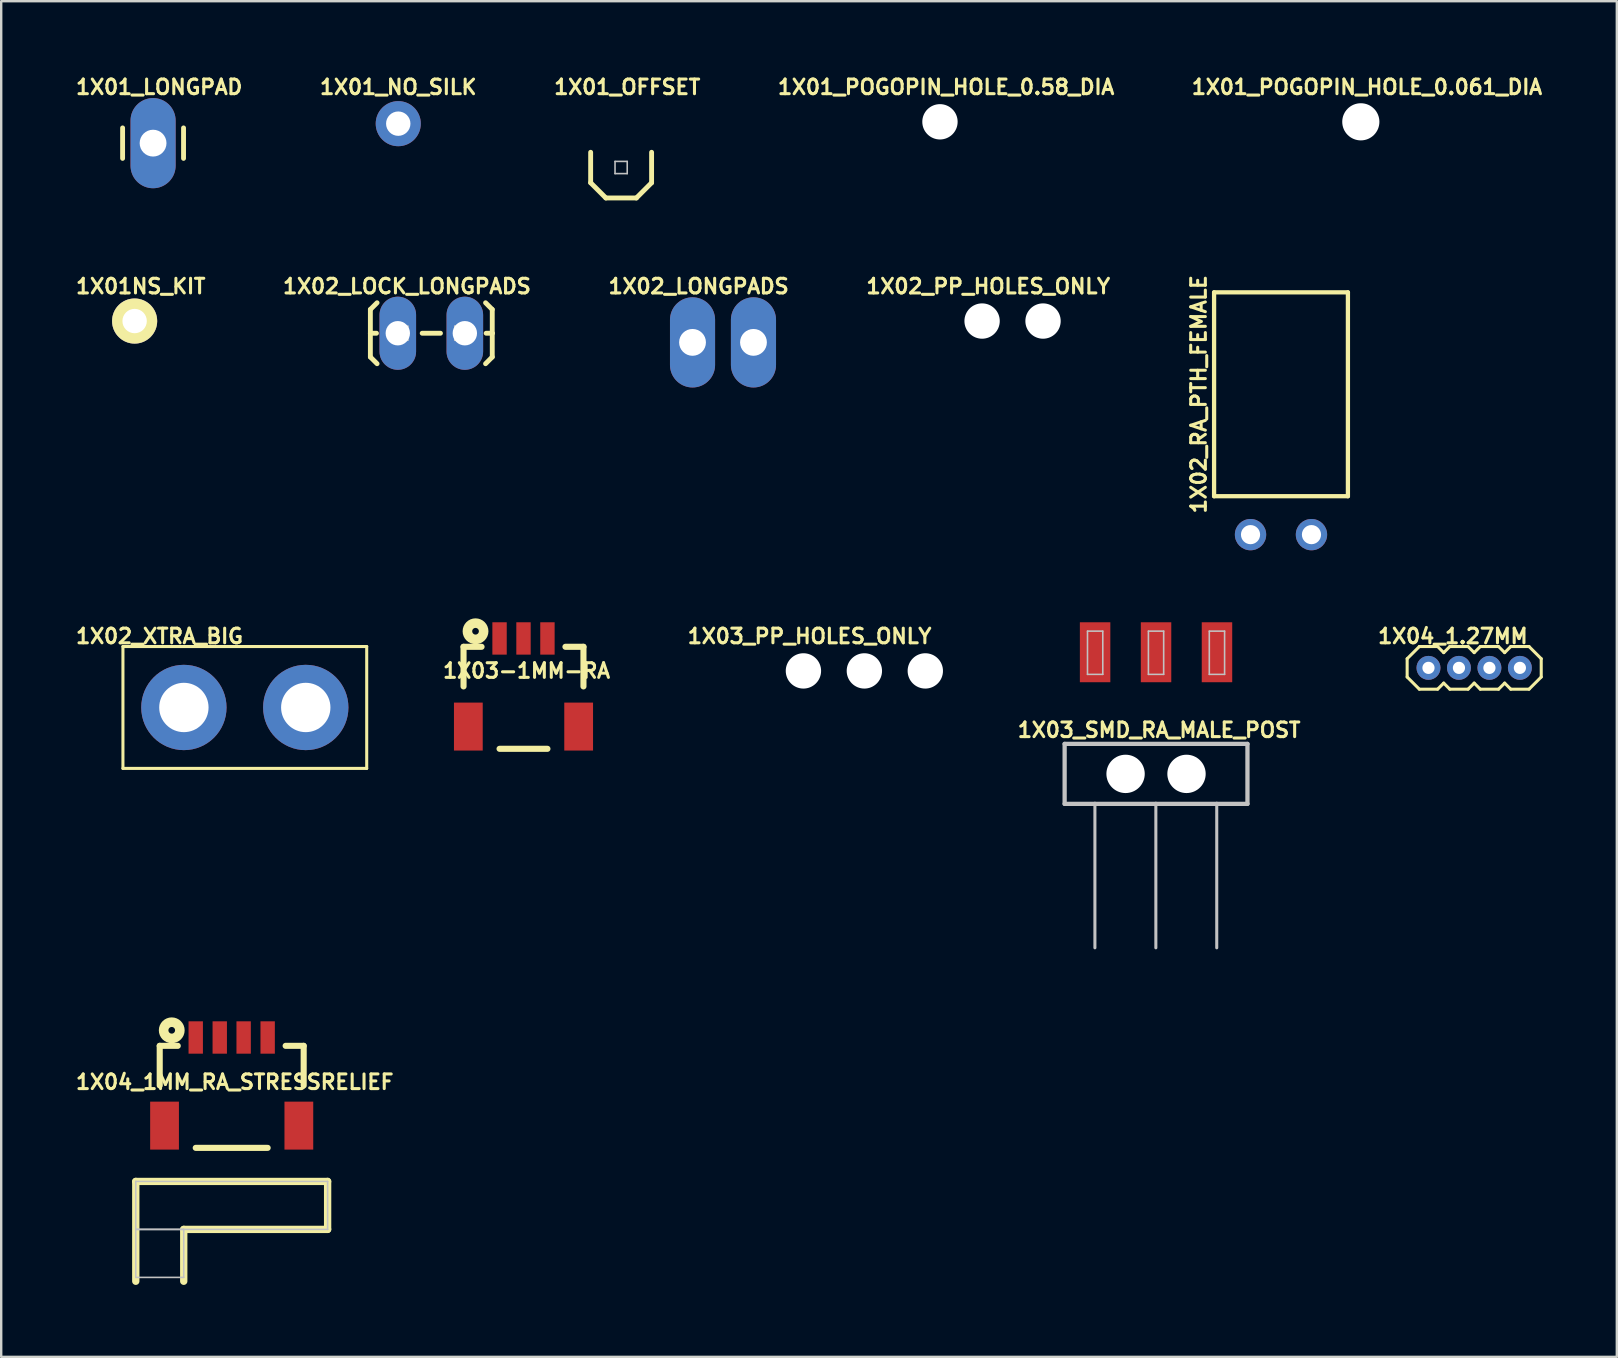
<source format=kicad_pcb>
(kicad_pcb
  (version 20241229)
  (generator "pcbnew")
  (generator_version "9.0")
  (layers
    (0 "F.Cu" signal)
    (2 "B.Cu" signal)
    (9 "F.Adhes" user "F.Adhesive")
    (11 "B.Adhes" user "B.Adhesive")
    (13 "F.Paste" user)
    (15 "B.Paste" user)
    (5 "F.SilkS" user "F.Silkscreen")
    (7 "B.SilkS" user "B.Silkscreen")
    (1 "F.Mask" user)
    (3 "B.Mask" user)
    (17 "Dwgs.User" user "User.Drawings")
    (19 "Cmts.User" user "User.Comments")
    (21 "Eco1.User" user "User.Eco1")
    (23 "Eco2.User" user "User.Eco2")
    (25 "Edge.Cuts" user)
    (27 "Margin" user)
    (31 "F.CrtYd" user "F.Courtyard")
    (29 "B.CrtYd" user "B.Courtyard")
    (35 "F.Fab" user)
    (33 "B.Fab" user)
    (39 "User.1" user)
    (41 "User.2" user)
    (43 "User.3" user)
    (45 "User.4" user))
  (footprint "1X01_LONGPAD"
    (layer "F.Cu")
    (at 3.33 2.916)
    (property "Reference" "1X01_LONGPAD" (at 0.254 -2.337 0) (layer "F.SilkS") (effects (font (size 0.61 0.61) (thickness 0.127))))
    (attr exclude_from_pos_files exclude_from_bom)
    (fp_line (start -1.27 -0.635) (end -1.27 0.635) (stroke (width 0.203) (type solid)) (layer "F.SilkS"))
    (fp_line (start 1.27 -0.635) (end 1.27 0.635) (stroke (width 0.203) (type solid)) (layer "F.SilkS"))
    (fp_line (start -0.254 -0.254) (end 0.254 -0.254) (stroke (width 0.066) (type solid)) (layer "Dwgs.User"))
    (fp_line (start -0.254 0.254) (end -0.254 -0.254) (stroke (width 0.066) (type solid)) (layer "Dwgs.User"))
    (fp_line (start -0.254 0.254) (end 0.254 0.254) (stroke (width 0.066) (type solid)) (layer "Dwgs.User"))
    (fp_line (start 0.254 0.254) (end 0.254 -0.254) (stroke (width 0.066) (type solid)) (layer "Dwgs.User"))
    (pad "1" thru_hole oval (at 0 0 180) (size 1.88 3.759) (drill 1.118) (layers "*.Cu" "*.Paste" "*.Mask")))
  (footprint "1X02_XTRA_BIG"
    (layer "F.Cu")
    (at 7.154 26.437)
    (property "Reference" "1X02_XTRA_BIG" (at -3.556 -2.972 0) (layer "F.SilkS") (effects (font (size 0.61 0.61) (thickness 0.127))))
    (attr exclude_from_pos_files exclude_from_bom)
    (fp_line (start -5.08 -2.54) (end -5.08 2.54) (stroke (width 0.127) (type solid)) (layer "F.SilkS"))
    (fp_line (start -5.08 2.54) (end 5.08 2.54) (stroke (width 0.127) (type solid)) (layer "F.SilkS"))
    (fp_line (start 5.08 -2.54) (end -5.08 -2.54) (stroke (width 0.127) (type solid)) (layer "F.SilkS"))
    (fp_line (start 5.08 2.54) (end 5.08 -2.54) (stroke (width 0.127) (type solid)) (layer "F.SilkS"))
    (pad "1" thru_hole circle (at -2.54 0) (size 3.556 3.556) (drill 2.057) (layers "*.Cu" "*.Paste" "*.Mask"))
    (pad "2" thru_hole circle (at 2.54 0) (size 3.556 3.556) (drill 2.057) (layers "*.Cu" "*.Paste" "*.Mask")))
  (footprint "1X02_LOCK_LONGPADS"
    (layer "F.Cu")
    (at 13.657 10.839)
    (property "Reference" "1X02_LOCK_LONGPADS" (at 0.254 -1.956 0) (layer "F.SilkS") (effects (font (size 0.61 0.61) (thickness 0.127))))
    (attr exclude_from_pos_files exclude_from_bom)
    (fp_line (start -1.27 -0.991) (end -0.991 -1.27) (stroke (width 0.203) (type solid)) (layer "F.SilkS"))
    (fp_line (start -1.27 0) (end -1.27 -0.991) (stroke (width 0.203) (type solid)) (layer "F.SilkS"))
    (fp_line (start -1.27 0) (end -1.27 0.991) (stroke (width 0.203) (type solid)) (layer "F.SilkS"))
    (fp_line (start -1.27 0) (end -1.016 0) (stroke (width 0.203) (type solid)) (layer "F.SilkS"))
    (fp_line (start -1.27 0.991) (end -0.991 1.27) (stroke (width 0.203) (type solid)) (layer "F.SilkS"))
    (fp_line (start 1.651 0) (end 0.889 0) (stroke (width 0.203) (type solid)) (layer "F.SilkS"))
    (fp_line (start 3.81 -0.991) (end 3.531 -1.27) (stroke (width 0.203) (type solid)) (layer "F.SilkS"))
    (fp_line (start 3.81 0) (end 3.556 0) (stroke (width 0.203) (type solid)) (layer "F.SilkS"))
    (fp_line (start 3.81 0) (end 3.81 -0.991) (stroke (width 0.203) (type solid)) (layer "F.SilkS"))
    (fp_line (start 3.81 0) (end 3.81 0.991) (stroke (width 0.203) (type solid)) (layer "F.SilkS"))
    (fp_line (start 3.81 0.991) (end 3.531 1.27) (stroke (width 0.203) (type solid)) (layer "F.SilkS"))
    (fp_line (start -0.292 -0.292) (end 0.292 -0.292) (stroke (width 0.066) (type solid)) (layer "Dwgs.User"))
    (fp_line (start -0.292 0.292) (end -0.292 -0.292) (stroke (width 0.066) (type solid)) (layer "Dwgs.User"))
    (fp_line (start -0.292 0.292) (end 0.292 0.292) (stroke (width 0.066) (type solid)) (layer "Dwgs.User"))
    (fp_line (start 0.292 0.292) (end 0.292 -0.292) (stroke (width 0.066) (type solid)) (layer "Dwgs.User"))
    (fp_line (start 2.248 -0.292) (end 2.832 -0.292) (stroke (width 0.066) (type solid)) (layer "Dwgs.User"))
    (fp_line (start 2.248 0.292) (end 2.248 -0.292) (stroke (width 0.066) (type solid)) (layer "Dwgs.User"))
    (fp_line (start 2.248 0.292) (end 2.832 0.292) (stroke (width 0.066) (type solid)) (layer "Dwgs.User"))
    (fp_line (start 2.832 0.292) (end 2.832 -0.292) (stroke (width 0.066) (type solid)) (layer "Dwgs.User"))
    (pad "1" thru_hole oval (at -0.127 0 180) (size 1.524 3.048) (drill 1.016) (layers "*.Cu" "*.Paste" "*.Mask"))
    (pad "2" thru_hole oval (at 2.667 0 180) (size 1.524 3.048) (drill 1.016) (layers "*.Cu" "*.Paste" "*.Mask")))
  (footprint "1X03-1MM-RA"
    (layer "F.Cu")
    (at 18.769 23.56)
    (property "Reference" "1X03-1MM-RA" (at 0.127 1.346 0) (layer "F.SilkS") (effects (font (size 0.61 0.61) (thickness 0.127))))
    (attr smd)
    (fp_line (start -2.499 0.348) (end -1.748 0.348) (stroke (width 0.254) (type solid)) (layer "F.SilkS"))
    (fp_line (start -2.499 1.999) (end -2.499 0.348) (stroke (width 0.254) (type solid)) (layer "F.SilkS"))
    (fp_line (start -0.998 4.6) (end 0.998 4.6) (stroke (width 0.254) (type solid)) (layer "F.SilkS"))
    (fp_line (start 1.748 0.348) (end 2.499 0.348) (stroke (width 0.254) (type solid)) (layer "F.SilkS"))
    (fp_line (start 2.499 0.348) (end 2.499 1.999) (stroke (width 0.254) (type solid)) (layer "F.SilkS"))
    (fp_circle (center -1.999 -0.3) (end -1.999 -0.439) (stroke (width 0.399) (type solid)) (fill no) (layer "F.SilkS"))
    (pad "1" smd rect (at -0.998 0) (size 0.599 1.349) (layers "F.Cu" "F.Mask" "F.Paste"))
    (pad "2" smd rect (at 0 0) (size 0.599 1.349) (layers "F.Cu" "F.Mask" "F.Paste"))
    (pad "3" smd rect (at 0.998 0) (size 0.599 1.349) (layers "F.Cu" "F.Mask" "F.Paste"))
    (pad "NC1" smd rect (at 2.299 3.673) (size 1.199 1.999) (layers "F.Cu" "F.Mask" "F.Paste"))
    (pad "NC2" smd rect (at -2.299 3.673) (size 1.199 1.999) (layers "F.Cu" "F.Mask" "F.Paste")))
  (footprint "1X03_SMD_RA_MALE_POST"
    (layer "F.Cu")
    (at 45.133 29.205)
    (property "Reference" "1X03_SMD_RA_MALE_POST" (at 0.127 -1.829 0) (layer "F.SilkS") (effects (font (size 0.61 0.61) (thickness 0.127))))
    (attr smd)
    (fp_line (start -3.81 -1.25) (end -3.81 1.25) (stroke (width 0.178) (type solid)) (layer "Dwgs.User"))
    (fp_line (start -2.857 -5.949) (end -2.22 -5.949) (stroke (width 0.066) (type solid)) (layer "Dwgs.User"))
    (fp_line (start -2.857 -4.148) (end -2.857 -5.949) (stroke (width 0.066) (type solid)) (layer "Dwgs.User"))
    (fp_line (start -2.857 -4.148) (end -2.22 -4.148) (stroke (width 0.066) (type solid)) (layer "Dwgs.User"))
    (fp_line (start -2.548 1.25) (end -3.81 1.25) (stroke (width 0.178) (type solid)) (layer "Dwgs.User"))
    (fp_line (start -2.548 1.25) (end -2.548 7.249) (stroke (width 0.127) (type solid)) (layer "Dwgs.User"))
    (fp_line (start -2.22 -4.148) (end -2.22 -5.949) (stroke (width 0.066) (type solid)) (layer "Dwgs.User"))
    (fp_line (start -0.318 -5.949) (end 0.318 -5.949) (stroke (width 0.066) (type solid)) (layer "Dwgs.User"))
    (fp_line (start -0.318 -4.148) (end -0.318 -5.949) (stroke (width 0.066) (type solid)) (layer "Dwgs.User"))
    (fp_line (start -0.318 -4.148) (end 0.318 -4.148) (stroke (width 0.066) (type solid)) (layer "Dwgs.User"))
    (fp_line (start -0.008 1.25) (end -2.548 1.25) (stroke (width 0.178) (type solid)) (layer "Dwgs.User"))
    (fp_line (start -0.008 1.25) (end -0.008 7.249) (stroke (width 0.127) (type solid)) (layer "Dwgs.User"))
    (fp_line (start 0.318 -4.148) (end 0.318 -5.949) (stroke (width 0.066) (type solid)) (layer "Dwgs.User"))
    (fp_line (start 2.22 -5.949) (end 2.857 -5.949) (stroke (width 0.066) (type solid)) (layer "Dwgs.User"))
    (fp_line (start 2.22 -4.148) (end 2.22 -5.949) (stroke (width 0.066) (type solid)) (layer "Dwgs.User"))
    (fp_line (start 2.22 -4.148) (end 2.857 -4.148) (stroke (width 0.066) (type solid)) (layer "Dwgs.User"))
    (fp_line (start 2.53 1.25) (end -0.008 1.25) (stroke (width 0.178) (type solid)) (layer "Dwgs.User"))
    (fp_line (start 2.53 1.25) (end 2.53 7.249) (stroke (width 0.127) (type solid)) (layer "Dwgs.User"))
    (fp_line (start 2.857 -4.148) (end 2.857 -5.949) (stroke (width 0.066) (type solid)) (layer "Dwgs.User"))
    (fp_line (start 3.81 -1.25) (end -3.81 -1.25) (stroke (width 0.178) (type solid)) (layer "Dwgs.User"))
    (fp_line (start 3.81 1.25) (end 2.53 1.25) (stroke (width 0.178) (type solid)) (layer "Dwgs.User"))
    (fp_line (start 3.81 1.25) (end 3.81 -1.25) (stroke (width 0.178) (type solid)) (layer "Dwgs.User"))
    (pad "" np_thru_hole circle (at -1.27 0) (size 1.598 1.598) (drill 1.598) (layers "*.Cu" "*.Mask"))
    (pad "" np_thru_hole circle (at 1.27 0) (size 1.598 1.598) (drill 1.598) (layers "*.Cu" "*.Mask"))
    (pad "1" smd rect (at -2.54 -5.07 90) (size 2.499 1.27) (layers "F.Cu" "F.Mask" "F.Paste"))
    (pad "2" smd rect (at 0 -5.07 90) (size 2.499 1.27) (layers "F.Cu" "F.Mask" "F.Paste"))
    (pad "3" smd rect (at 2.54 -5.07 90) (size 2.499 1.27) (layers "F.Cu" "F.Mask" "F.Paste")))
  (footprint "1X01_POGOPIN_HOLE_0.061_DIA"
    (layer "F.Cu")
    (at 53.668 2.027)
    (property "Reference" "1X01_POGOPIN_HOLE_0.061_DIA" (at 0.254 -1.448 0) (layer "F.SilkS") (effects (font (size 0.61 0.61) (thickness 0.127))))
    (attr exclude_from_pos_files exclude_from_bom)
    (fp_circle (center 0 0) (end 0 -0.635) (stroke (width 0.127) (type solid)) (fill no) (layer "Dwgs.User"))
    (pad "" np_thru_hole circle (at 0 0) (size 1.549 1.549) (drill 1.549) (layers "*.Cu" "*.Mask"))
    (pad "1" thru_hole circle (at 0 0) (size 0.813 0.813) (drill 0.899) (layers "*.Cu" "*.Paste" "*.Mask")))
  (footprint "1X01_POGOPIN_HOLE_0.58_DIA"
    (layer "F.Cu")
    (at 36.127 2.027)
    (property "Reference" "1X01_POGOPIN_HOLE_0.58_DIA" (at 0.254 -1.448 0) (layer "F.SilkS") (effects (font (size 0.61 0.61) (thickness 0.127))))
    (attr exclude_from_pos_files exclude_from_bom)
    (fp_circle (center 0 0) (end 0 -0.635) (stroke (width 0.127) (type solid)) (fill no) (layer "Dwgs.User"))
    (pad "" np_thru_hole circle (at 0 0) (size 1.473 1.473) (drill 1.473) (layers "*.Cu" "*.Mask"))
    (pad "1" thru_hole circle (at 0 0) (size 0.813 0.813) (drill 0.899) (layers "*.Cu" "*.Paste" "*.Mask")))
  (footprint "1X03_PP_HOLES_ONLY"
    (layer "F.Cu")
    (at 30.436 24.913)
    (property "Reference" "1X03_PP_HOLES_ONLY" (at 0.254 -1.448 0) (layer "F.SilkS") (effects (font (size 0.61 0.61) (thickness 0.127))))
    (attr exclude_from_pos_files exclude_from_bom)
    (fp_circle (center 0 0) (end 0 -0.635) (stroke (width 0.127) (type solid)) (fill no) (layer "Dwgs.User"))
    (fp_circle (center 2.54 0) (end 2.54 -0.635) (stroke (width 0.127) (type solid)) (fill no) (layer "Dwgs.User"))
    (fp_circle (center 5.08 0) (end 5.08 -0.635) (stroke (width 0.127) (type solid)) (fill no) (layer "Dwgs.User"))
    (pad "" np_thru_hole circle (at 0 0) (size 1.473 1.473) (drill 1.473) (layers "*.Cu" "*.Mask"))
    (pad "" np_thru_hole circle (at 2.54 0) (size 1.473 1.473) (drill 1.473) (layers "*.Cu" "*.Mask"))
    (pad "" np_thru_hole circle (at 5.08 0) (size 1.473 1.473) (drill 1.473) (layers "*.Cu" "*.Mask"))
    (pad "1" thru_hole circle (at 0 0) (size 0.813 0.813) (drill 0.899) (layers "*.Cu" "*.Paste" "*.Mask"))
    (pad "2" thru_hole circle (at 2.54 0) (size 0.813 0.813) (drill 0.899) (layers "*.Cu" "*.Paste" "*.Mask"))
    (pad "3" thru_hole circle (at 5.08 0) (size 0.813 0.813) (drill 0.899) (layers "*.Cu" "*.Paste" "*.Mask")))
  (footprint "1X01NS_KIT"
    (layer "F.Cu")
    (at 2.561 10.331)
    (property "Reference" "1X01NS_KIT" (at 0.254 -1.448 0) (layer "F.SilkS") (effects (font (size 0.61 0.61) (thickness 0.127))))
    (attr exclude_from_pos_files exclude_from_bom)
    (fp_circle (center 0 0) (end 0 -0.94) (stroke (width 0) (type solid)) (fill yes) (layer "F.SilkS"))
    (fp_circle (center 0 0) (end 0 -0.508) (stroke (width 0) (type solid)) (fill yes) (layer "F.SilkS"))
    (pad "1" thru_hole circle (at 0 0) (size 1.88 1.88) (drill 1.016) (layers "*.Cu" "*.Paste" "*.Mask")))
  (footprint "1X01_NO_SILK"
    (layer "F.Cu")
    (at 13.549 2.104)
    (property "Reference" "1X01_NO_SILK" (at 0 -1.524 0) (layer "F.SilkS") (effects (font (size 0.61 0.61) (thickness 0.127))))
    (attr exclude_from_pos_files exclude_from_bom)
    (pad "1" thru_hole circle (at 0 0) (size 1.88 1.88) (drill 1.016) (layers "*.Cu" "*.Paste" "*.Mask")))
  (footprint "1X04_1MM_RA_STRESSRELIEF"
    (layer "F.Cu")
    (at 6.607 40.192)
    (property "Reference" "1X04_1MM_RA_STRESSRELIEF" (at 0.127 1.854 0) (layer "F.SilkS") (effects (font (size 0.61 0.61) (thickness 0.127))))
    (attr smd)
    (fp_line (start -3.998 5.999) (end -3.998 10.16) (stroke (width 0.305) (type solid)) (layer "F.SilkS"))
    (fp_line (start -3 0.348) (end -2.248 0.348) (stroke (width 0.254) (type solid)) (layer "F.SilkS"))
    (fp_line (start -3 1.999) (end -3 0.348) (stroke (width 0.254) (type solid)) (layer "F.SilkS"))
    (fp_line (start -1.999 7.998) (end 3.998 7.998) (stroke (width 0.305) (type solid)) (layer "F.SilkS"))
    (fp_line (start -1.999 10.16) (end -1.999 7.998) (stroke (width 0.305) (type solid)) (layer "F.SilkS"))
    (fp_line (start -1.499 4.6) (end 1.499 4.6) (stroke (width 0.254) (type solid)) (layer "F.SilkS"))
    (fp_line (start 2.248 0.348) (end 3 0.348) (stroke (width 0.254) (type solid)) (layer "F.SilkS"))
    (fp_line (start 3 0.348) (end 3 1.999) (stroke (width 0.254) (type solid)) (layer "F.SilkS"))
    (fp_line (start 3.998 5.999) (end -3.998 5.999) (stroke (width 0.305) (type solid)) (layer "F.SilkS"))
    (fp_line (start 3.998 7.998) (end 3.998 5.999) (stroke (width 0.305) (type solid)) (layer "F.SilkS"))
    (fp_circle (center -2.499 -0.3) (end -2.499 -0.439) (stroke (width 0.399) (type solid)) (fill no) (layer "F.SilkS"))
    (fp_line (start -3.998 5.999) (end 3.998 5.999) (stroke (width 0.066) (type solid)) (layer "Dwgs.User"))
    (fp_line (start -3.998 7.998) (end -3.998 5.999) (stroke (width 0.066) (type solid)) (layer "Dwgs.User"))
    (fp_line (start -3.998 7.998) (end -1.999 7.998) (stroke (width 0.066) (type solid)) (layer "Dwgs.User"))
    (fp_line (start -3.998 7.998) (end 3.998 7.998) (stroke (width 0.066) (type solid)) (layer "Dwgs.User"))
    (fp_line (start -3.998 10) (end -3.998 7.998) (stroke (width 0.066) (type solid)) (layer "Dwgs.User"))
    (fp_line (start -3.998 10) (end -1.999 10) (stroke (width 0.066) (type solid)) (layer "Dwgs.User"))
    (fp_line (start -1.999 10) (end -1.999 7.998) (stroke (width 0.066) (type solid)) (layer "Dwgs.User"))
    (fp_line (start 3.998 7.998) (end 3.998 5.999) (stroke (width 0.066) (type solid)) (layer "Dwgs.User"))
    (pad "1" smd rect (at -1.499 0) (size 0.599 1.349) (layers "F.Cu" "F.Mask" "F.Paste"))
    (pad "2" smd rect (at -0.498 0) (size 0.599 1.349) (layers "F.Cu" "F.Mask" "F.Paste"))
    (pad "3" smd rect (at 0.498 0) (size 0.599 1.349) (layers "F.Cu" "F.Mask" "F.Paste"))
    (pad "4" smd rect (at 1.499 0) (size 0.599 1.349) (layers "F.Cu" "F.Mask" "F.Paste"))
    (pad "NC1" smd rect (at 2.799 3.673) (size 1.199 1.999) (layers "F.Cu" "F.Mask" "F.Paste"))
    (pad "NC2" smd rect (at -2.799 3.673) (size 1.199 1.999) (layers "F.Cu" "F.Mask" "F.Paste")))
  (footprint "1X02_PP_HOLES_ONLY"
    (layer "F.Cu")
    (at 37.883 10.331)
    (property "Reference" "1X02_PP_HOLES_ONLY" (at 0.254 -1.448 0) (layer "F.SilkS") (effects (font (size 0.61 0.61) (thickness 0.127))))
    (attr exclude_from_pos_files exclude_from_bom)
    (fp_circle (center 0 0) (end 0 -0.635) (stroke (width 0.127) (type solid)) (fill no) (layer "Dwgs.User"))
    (fp_circle (center 2.54 0) (end 2.54 -0.635) (stroke (width 0.127) (type solid)) (fill no) (layer "Dwgs.User"))
    (pad "" np_thru_hole circle (at 0 0) (size 1.473 1.473) (drill 1.473) (layers "*.Cu" "*.Mask"))
    (pad "" np_thru_hole circle (at 2.54 0) (size 1.473 1.473) (drill 1.473) (layers "*.Cu" "*.Mask"))
    (pad "1" thru_hole circle (at 0 0) (size 0.813 0.813) (drill 0.889) (layers "*.Cu" "*.Paste" "*.Mask"))
    (pad "2" thru_hole circle (at 2.54 0) (size 0.813 0.813) (drill 0.889) (layers "*.Cu" "*.Paste" "*.Mask")))
  (footprint "1X04_1.27MM"
    (layer "F.Cu")
    (at 56.488 24.786)
    (property "Reference" "1X04_1.27MM" (at 1.016 -1.321 0) (layer "F.SilkS") (effects (font (size 0.61 0.61) (thickness 0.127))))
    (attr exclude_from_pos_files exclude_from_bom)
    (fp_line (start -0.889 -0.381) (end -0.889 0.381) (stroke (width 0.127) (type solid)) (layer "F.SilkS"))
    (fp_line (start -0.889 0.381) (end -0.381 0.889) (stroke (width 0.127) (type solid)) (layer "F.SilkS"))
    (fp_line (start -0.381 -0.889) (end -0.889 -0.381) (stroke (width 0.127) (type solid)) (layer "F.SilkS"))
    (fp_line (start -0.381 0.889) (end 0.381 0.889) (stroke (width 0.127) (type solid)) (layer "F.SilkS"))
    (fp_line (start 0.381 -0.889) (end -0.381 -0.889) (stroke (width 0.127) (type solid)) (layer "F.SilkS"))
    (fp_line (start 0.381 0.889) (end 0.635 0.635) (stroke (width 0.127) (type solid)) (layer "F.SilkS"))
    (fp_line (start 0.635 -0.635) (end 0.381 -0.889) (stroke (width 0.127) (type solid)) (layer "F.SilkS"))
    (fp_line (start 0.635 0.635) (end 0.889 0.889) (stroke (width 0.127) (type solid)) (layer "F.SilkS"))
    (fp_line (start 0.889 -0.889) (end 0.635 -0.635) (stroke (width 0.127) (type solid)) (layer "F.SilkS"))
    (fp_line (start 0.889 0.889) (end 1.651 0.889) (stroke (width 0.127) (type solid)) (layer "F.SilkS"))
    (fp_line (start 1.651 -0.889) (end 0.889 -0.889) (stroke (width 0.127) (type solid)) (layer "F.SilkS"))
    (fp_line (start 1.651 0.889) (end 1.905 0.635) (stroke (width 0.127) (type solid)) (layer "F.SilkS"))
    (fp_line (start 1.905 -0.635) (end 1.651 -0.889) (stroke (width 0.127) (type solid)) (layer "F.SilkS"))
    (fp_line (start 1.905 0.635) (end 2.159 0.889) (stroke (width 0.127) (type solid)) (layer "F.SilkS"))
    (fp_line (start 2.159 -0.889) (end 1.905 -0.635) (stroke (width 0.127) (type solid)) (layer "F.SilkS"))
    (fp_line (start 2.159 0.889) (end 2.921 0.889) (stroke (width 0.127) (type solid)) (layer "F.SilkS"))
    (fp_line (start 2.921 -0.889) (end 2.159 -0.889) (stroke (width 0.127) (type solid)) (layer "F.SilkS"))
    (fp_line (start 2.921 0.889) (end 3.175 0.635) (stroke (width 0.127) (type solid)) (layer "F.SilkS"))
    (fp_line (start 3.175 -0.635) (end 2.921 -0.889) (stroke (width 0.127) (type solid)) (layer "F.SilkS"))
    (fp_line (start 3.175 0.635) (end 3.429 0.889) (stroke (width 0.127) (type solid)) (layer "F.SilkS"))
    (fp_line (start 3.429 -0.889) (end 3.175 -0.635) (stroke (width 0.127) (type solid)) (layer "F.SilkS"))
    (fp_line (start 3.429 0.889) (end 4.191 0.889) (stroke (width 0.127) (type solid)) (layer "F.SilkS"))
    (fp_line (start 4.191 -0.889) (end 3.429 -0.889) (stroke (width 0.127) (type solid)) (layer "F.SilkS"))
    (fp_line (start 4.191 -0.889) (end 4.699 -0.381) (stroke (width 0.127) (type solid)) (layer "F.SilkS"))
    (fp_line (start 4.699 -0.381) (end 4.699 0.381) (stroke (width 0.127) (type solid)) (layer "F.SilkS"))
    (fp_line (start 4.699 0.381) (end 4.191 0.889) (stroke (width 0.127) (type solid)) (layer "F.SilkS"))
    (pad "1" thru_hole circle (at 0 0) (size 0.998 0.998) (drill 0.508) (layers "*.Cu" "*.Paste" "*.Mask"))
    (pad "2" thru_hole circle (at 1.27 0) (size 0.998 0.998) (drill 0.508) (layers "*.Cu" "*.Paste" "*.Mask"))
    (pad "3" thru_hole circle (at 2.54 0) (size 0.998 0.998) (drill 0.508) (layers "*.Cu" "*.Paste" "*.Mask"))
    (pad "4" thru_hole circle (at 3.81 0) (size 0.998 0.998) (drill 0.508) (layers "*.Cu" "*.Paste" "*.Mask")))
  (footprint "1X01_OFFSET"
    (layer "F.Cu")
    (at 22.838 3.932)
    (property "Reference" "1X01_OFFSET" (at 0.254 -3.353 0) (layer "F.SilkS") (effects (font (size 0.61 0.61) (thickness 0.127))))
    (attr exclude_from_pos_files exclude_from_bom)
    (fp_line (start -1.27 -0.635) (end -1.27 0.635) (stroke (width 0.203) (type solid)) (layer "F.SilkS"))
    (fp_line (start -1.27 0.635) (end -0.635 1.27) (stroke (width 0.203) (type solid)) (layer "F.SilkS"))
    (fp_line (start -0.635 1.27) (end 0.635 1.27) (stroke (width 0.203) (type solid)) (layer "F.SilkS"))
    (fp_line (start 0.635 1.27) (end 1.27 0.635) (stroke (width 0.203) (type solid)) (layer "F.SilkS"))
    (fp_line (start 1.27 0.635) (end 1.27 -0.635) (stroke (width 0.203) (type solid)) (layer "F.SilkS"))
    (fp_line (start -0.254 -0.254) (end 0.254 -0.254) (stroke (width 0.066) (type solid)) (layer "Dwgs.User"))
    (fp_line (start -0.254 0.254) (end -0.254 -0.254) (stroke (width 0.066) (type solid)) (layer "Dwgs.User"))
    (fp_line (start -0.254 0.254) (end 0.254 0.254) (stroke (width 0.066) (type solid)) (layer "Dwgs.User"))
    (fp_line (start 0.254 0.254) (end 0.254 -0.254) (stroke (width 0.066) (type solid)) (layer "Dwgs.User"))
    (pad "1" thru_hole rect (at 0 0) (size 0.001 0.001) (drill 1.118) (layers "*.Cu" "*.Paste" "*.Mask")))
  (footprint "1X02_RA_PTH_FEMALE"
    (layer "F.Cu")
    (at 50.341 13.383)
    (property "Reference" "1X02_RA_PTH_FEMALE" (at -3.429 0 90) (layer "F.SilkS") (effects (font (size 0.61 0.61) (thickness 0.127))))
    (attr exclude_from_pos_files exclude_from_bom)
    (fp_line (start -2.789 -4.249) (end -2.789 4.249) (stroke (width 0.178) (type solid)) (layer "F.SilkS"))
    (fp_line (start -2.789 -4.249) (end 2.789 -4.249) (stroke (width 0.178) (type solid)) (layer "F.SilkS"))
    (fp_line (start -2.789 4.249) (end 2.789 4.249) (stroke (width 0.178) (type solid)) (layer "F.SilkS"))
    (fp_line (start 2.789 -4.249) (end 2.789 4.249) (stroke (width 0.178) (type solid)) (layer "F.SilkS"))
    (pad "1" thru_hole circle (at 1.27 5.85) (size 1.306 1.306) (drill 0.798) (layers "*.Cu" "*.Paste" "*.Mask"))
    (pad "2" thru_hole circle (at -1.27 5.85) (size 1.306 1.306) (drill 0.798) (layers "*.Cu" "*.Paste" "*.Mask")))
  (footprint "1X02_LONGPADS"
    (layer "F.Cu")
    (at 25.814 11.22)
    (property "Reference" "1X02_LONGPADS" (at 0.254 -2.337 0) (layer "F.SilkS") (effects (font (size 0.61 0.61) (thickness 0.127))))
    (attr exclude_from_pos_files exclude_from_bom)
    (pad "1" thru_hole oval (at 0 0 180) (size 1.88 3.759) (drill 1.118) (layers "*.Cu" "*.Paste" "*.Mask"))
    (pad "2" thru_hole oval (at 2.54 0 180) (size 1.88 3.759) (drill 1.118) (layers "*.Cu" "*.Paste" "*.Mask")))
  (gr_rect
    (start -3 -3)
    (end 64.338 53.504)
    (stroke (width 0.1) (type default))
    (fill no)
    (layer "Edge.Cuts")))
</source>
